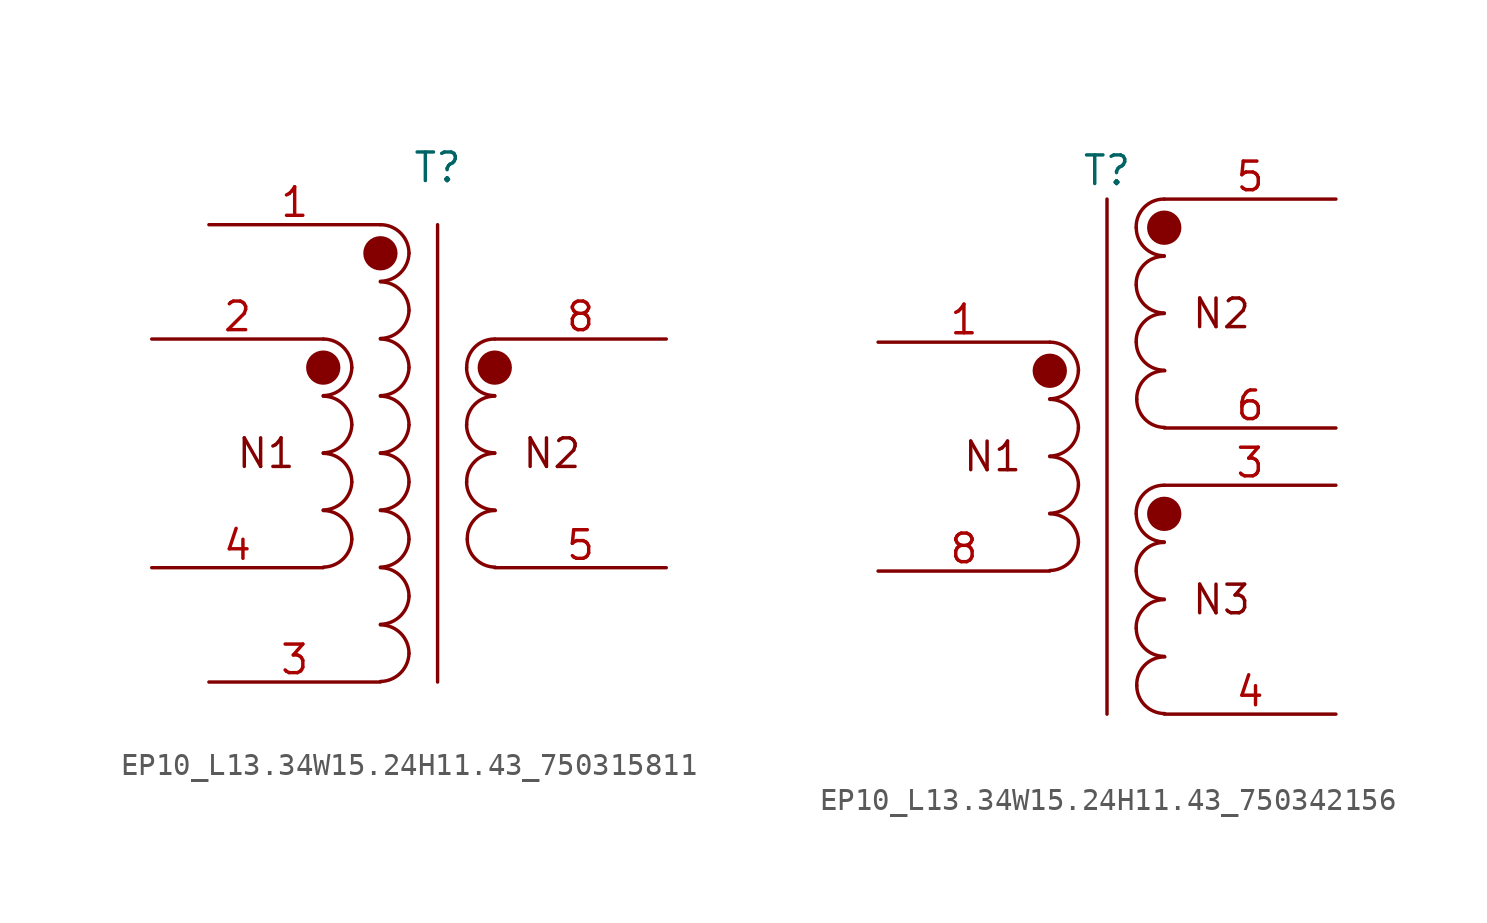
<source format=kicad_sym>
(kicad_symbol_lib
  (version 20220914)
  (generator kicad_symbol_editor)
  (symbol "EP10_L13.34W15.24H11.43_750315811"
    (pin_names hide)
    (property "Reference" "T"
      (at 0 12.7 0)
      (effects (font (size 1.27 1.27))))
    (symbol "EP10_L13.34W15.24H11.43_750315811_0_1"
      (arc (start -5.08 -5.0546) (mid -4.1961 -4.6863) (end -3.81 -3.81) (stroke (width 0) (type default)) (fill (type none)))
      (arc (start -5.08 -2.5146) (mid -4.1961 -2.1463) (end -3.81 -1.27) (stroke (width 0) (type default)) (fill (type none)))
      (arc (start -5.08 0.0254) (mid -4.1961 0.3937) (end -3.81 1.27) (stroke (width 0) (type default)) (fill (type none)))
      (arc (start -5.08 2.5654) (mid -4.1961 2.9337) (end -3.81 3.81) (stroke (width 0) (type default)) (fill (type none)))
      (arc (start -3.81 -3.81) (mid -4.182 -2.912) (end -5.08 -2.54) (stroke (width 0) (type default)) (fill (type none)))
      (arc (start -3.81 -1.27) (mid -4.182 -0.372) (end -5.08 0) (stroke (width 0) (type default)) (fill (type none)))
      (arc (start -3.81 1.27) (mid -4.182 2.168) (end -5.08 2.54) (stroke (width 0) (type default)) (fill (type none)))
      (arc (start -3.81 3.81) (mid -4.182 4.708) (end -5.08 5.08) (stroke (width 0) (type default)) (fill (type none)))
      (arc (start -2.54 -10.1346) (mid -1.6561 -9.7663) (end -1.27 -8.89) (stroke (width 0) (type default)) (fill (type none)))
      (arc (start -2.54 -7.5946) (mid -1.6561 -7.2263) (end -1.27 -6.35) (stroke (width 0) (type default)) (fill (type none)))
      (arc (start -2.54 -5.0546) (mid -1.6561 -4.6863) (end -1.27 -3.81) (stroke (width 0) (type default)) (fill (type none)))
      (arc (start -2.54 -2.5146) (mid -1.6561 -2.1463) (end -1.27 -1.27) (stroke (width 0) (type default)) (fill (type none)))
      (arc (start -2.54 0.0254) (mid -1.6561 0.3937) (end -1.27 1.27) (stroke (width 0) (type default)) (fill (type none)))
      (arc (start -2.54 2.5654) (mid -1.6561 2.9337) (end -1.27 3.81) (stroke (width 0) (type default)) (fill (type none)))
      (arc (start -2.54 5.1054) (mid -1.6561 5.4737) (end -1.27 6.35) (stroke (width 0) (type default)) (fill (type none)))
      (arc (start -2.54 7.6454) (mid -1.6561 8.0137) (end -1.27 8.89) (stroke (width 0) (type default)) (fill (type none)))
      (arc (start -1.27 -8.89) (mid -1.642 -7.992) (end -2.54 -7.62) (stroke (width 0) (type default)) (fill (type none)))
      (arc (start -1.27 -6.35) (mid -1.642 -5.452) (end -2.54 -5.08) (stroke (width 0) (type default)) (fill (type none)))
      (arc (start -1.27 -3.81) (mid -1.642 -2.912) (end -2.54 -2.54) (stroke (width 0) (type default)) (fill (type none)))
      (arc (start -1.27 -1.27) (mid -1.642 -0.372) (end -2.54 0) (stroke (width 0) (type default)) (fill (type none)))
      (arc (start -1.27 1.27) (mid -1.642 2.168) (end -2.54 2.54) (stroke (width 0) (type default)) (fill (type none)))
      (arc (start -1.27 3.81) (mid -1.642 4.708) (end -2.54 5.08) (stroke (width 0) (type default)) (fill (type none)))
      (arc (start -1.27 6.35) (mid -1.642 7.248) (end -2.54 7.62) (stroke (width 0) (type default)) (fill (type none)))
      (arc (start -1.27 8.89) (mid -1.642 9.788) (end -2.54 10.16) (stroke (width 0) (type default)) (fill (type none)))
      (polyline (pts (xy 0 10.16) (xy 0 -10.16)) (stroke (width 0) (type default)) (fill (type none)))
      (arc (start 1.2954 -1.27) (mid 1.6599 -2.1501) (end 2.54 -2.5146) (stroke (width 0) (type default)) (fill (type none)))
      (arc (start 1.2954 1.27) (mid 1.6599 0.3899) (end 2.54 0.0254) (stroke (width 0) (type default)) (fill (type none)))
      (arc (start 1.2954 3.81) (mid 1.6599 2.9299) (end 2.54 2.5654) (stroke (width 0) (type default)) (fill (type none)))
      (arc (start 1.3208 -3.81) (mid 1.6853 -4.6901) (end 2.5654 -5.0546) (stroke (width 0) (type default)) (fill (type none)))
      (arc (start 2.54 0) (mid 1.642 -0.372) (end 1.2954 -1.27) (stroke (width 0) (type default)) (fill (type none)))
      (arc (start 2.54 2.54) (mid 1.642 2.168) (end 1.2954 1.27) (stroke (width 0) (type default)) (fill (type none)))
      (arc (start 2.54 5.08) (mid 1.642 4.708) (end 1.2954 3.81) (stroke (width 0) (type default)) (fill (type none)))
      (arc (start 2.5654 -2.54) (mid 1.6674 -2.912) (end 1.3208 -3.81) (stroke (width 0) (type default)) (fill (type none))))
    (symbol "EP10_L13.34W15.24H11.43_750315811_1_1"
      (circle (center -5.08 3.81) (radius 0.0001) (stroke (width 0.762) (type default)) (fill (type none)))
      (circle (center -2.54 8.89) (radius 0.0001) (stroke (width 0.762) (type default)) (fill (type none)))
      (circle (center 2.54 3.81) (radius 0.0001) (stroke (width 0.762) (type default)) (fill (type none)))
      (text "N1" (at -7.62 0 0) (effects (font (size 1.27 1.27))))
      (text "N2" (at 5.08 0 0) (effects (font (size 1.27 1.27))))
      (pin passive line (at -10.16 10.16 0) (length 7.62) (name "1" (effects (font (size 1.27 1.27)))) (number "1" (effects (font (size 1.27 1.27)))))
      (pin passive line (at -12.7 5.08 0) (length 7.62) (name "2" (effects (font (size 1.27 1.27)))) (number "2" (effects (font (size 1.27 1.27)))))
      (pin passive line (at -10.16 -10.16 0) (length 7.62) (name "3" (effects (font (size 1.27 1.27)))) (number "3" (effects (font (size 1.27 1.27)))))
      (pin passive line (at -12.7 -5.08 0) (length 7.62) (name "4" (effects (font (size 1.27 1.27)))) (number "4" (effects (font (size 1.27 1.27)))))
      (pin passive line (at 10.16 -5.08 180) (length 7.62) (name "5" (effects (font (size 1.27 1.27)))) (number "5" (effects (font (size 1.27 1.27)))))
      (pin passive line (at 10.16 5.08 180) (length 7.62) (name "8" (effects (font (size 1.27 1.27)))) (number "8" (effects (font (size 1.27 1.27)))))))
  (symbol "EP10_L13.34W15.24H11.43_750342156"
    (pin_names hide)
    (property "Reference" "T"
      (at 0 12.7 0)
      (effects (font (size 1.27 1.27))))
    (symbol "EP10_L13.34W15.24H11.43_750342156_0_1"
      (arc (start -2.54 -5.0546) (mid -1.6599 -4.6901) (end -1.27 -3.81) (stroke (width 0) (type default)) (fill (type none)))
      (arc (start -2.54 -2.5146) (mid -1.6599 -2.1501) (end -1.27 -1.27) (stroke (width 0) (type default)) (fill (type none)))
      (arc (start -2.54 0.0254) (mid -1.6599 0.3899) (end -1.27 1.27) (stroke (width 0) (type default)) (fill (type none)))
      (arc (start -2.54 2.5654) (mid -1.6599 2.9299) (end -1.27 3.81) (stroke (width 0) (type default)) (fill (type none)))
      (arc (start -1.27 -3.81) (mid -1.642 -2.912) (end -2.54 -2.54) (stroke (width 0) (type default)) (fill (type none)))
      (arc (start -1.27 -1.27) (mid -1.642 -0.372) (end -2.54 0) (stroke (width 0) (type default)) (fill (type none)))
      (arc (start -1.27 1.27) (mid -1.642 2.168) (end -2.54 2.54) (stroke (width 0) (type default)) (fill (type none)))
      (arc (start -1.27 3.81) (mid -1.642 4.708) (end -2.54 5.08) (stroke (width 0) (type default)) (fill (type none)))
      (polyline (pts (xy 0 11.43) (xy 0 -11.43)) (stroke (width 0) (type default)) (fill (type none)))
      (arc (start 1.2954 -7.62) (mid 1.6599 -8.5001) (end 2.54 -8.8646) (stroke (width 0) (type default)) (fill (type none)))
      (arc (start 1.2954 -5.08) (mid 1.6599 -5.9601) (end 2.54 -6.3246) (stroke (width 0) (type default)) (fill (type none)))
      (arc (start 1.2954 -2.54) (mid 1.6599 -3.4201) (end 2.54 -3.7846) (stroke (width 0) (type default)) (fill (type none)))
      (arc (start 1.2954 5.08) (mid 1.6599 4.1999) (end 2.54 3.8354) (stroke (width 0) (type default)) (fill (type none)))
      (arc (start 1.2954 7.62) (mid 1.6599 6.7399) (end 2.54 6.3754) (stroke (width 0) (type default)) (fill (type none)))
      (arc (start 1.2954 10.16) (mid 1.6599 9.2799) (end 2.54 8.9154) (stroke (width 0) (type default)) (fill (type none)))
      (arc (start 1.3208 -10.16) (mid 1.6855 -11.0399) (end 2.5654 -11.4046) (stroke (width 0) (type default)) (fill (type none)))
      (arc (start 1.3208 2.54) (mid 1.6854 1.6601) (end 2.5654 1.2954) (stroke (width 0) (type default)) (fill (type none)))
      (arc (start 2.54 -6.35) (mid 1.6458 -6.7185) (end 1.2954 -7.62) (stroke (width 0) (type default)) (fill (type none)))
      (arc (start 2.54 -3.81) (mid 1.6458 -4.1785) (end 1.2954 -5.08) (stroke (width 0) (type default)) (fill (type none)))
      (arc (start 2.54 -1.27) (mid 1.6458 -1.6385) (end 1.2954 -2.54) (stroke (width 0) (type default)) (fill (type none)))
      (arc (start 2.54 6.35) (mid 1.6458 5.9815) (end 1.2954 5.08) (stroke (width 0) (type default)) (fill (type none)))
      (arc (start 2.54 8.89) (mid 1.6458 8.5215) (end 1.2954 7.62) (stroke (width 0) (type default)) (fill (type none)))
      (arc (start 2.54 11.43) (mid 1.6458 11.0615) (end 1.2954 10.16) (stroke (width 0) (type default)) (fill (type none)))
      (arc (start 2.5654 -8.89) (mid 1.6709 -9.2583) (end 1.3208 -10.16) (stroke (width 0) (type default)) (fill (type none)))
      (arc (start 2.5654 3.81) (mid 1.6709 3.4417) (end 1.3208 2.54) (stroke (width 0) (type default)) (fill (type none))))
    (symbol "EP10_L13.34W15.24H11.43_750342156_1_1"
      (circle (center -2.54 3.81) (radius 0.0001) (stroke (width 0.762) (type default)) (fill (type none)))
      (circle (center 2.54 -2.54) (radius 0.0001) (stroke (width 0.762) (type default)) (fill (type none)))
      (circle (center 2.54 10.16) (radius 0.0001) (stroke (width 0.762) (type default)) (fill (type none)))
      (text "N1" (at -5.08 0 0) (effects (font (size 1.27 1.27))))
      (text "N2" (at 5.08 6.35 0) (effects (font (size 1.27 1.27))))
      (text "N3" (at 5.08 -6.35 0) (effects (font (size 1.27 1.27))))
      (pin passive line (at -10.16 5.08 0) (length 7.62) (name "1" (effects (font (size 1.27 1.27)))) (number "1" (effects (font (size 1.27 1.27)))))
      (pin passive line (at 10.16 -1.27 180) (length 7.62) (name "3" (effects (font (size 1.27 1.27)))) (number "3" (effects (font (size 1.27 1.27)))))
      (pin passive line (at 10.16 -11.43 180) (length 7.62) (name "4" (effects (font (size 1.27 1.27)))) (number "4" (effects (font (size 1.27 1.27)))))
      (pin passive line (at 10.16 11.43 180) (length 7.62) (name "5" (effects (font (size 1.27 1.27)))) (number "5" (effects (font (size 1.27 1.27)))))
      (pin passive line (at 10.16 1.27 180) (length 7.62) (name "6" (effects (font (size 1.27 1.27)))) (number "6" (effects (font (size 1.27 1.27)))))
      (pin passive line (at -10.16 -5.08 0) (length 7.62) (name "8" (effects (font (size 1.27 1.27)))) (number "8" (effects (font (size 1.27 1.27))))))))
</source>
